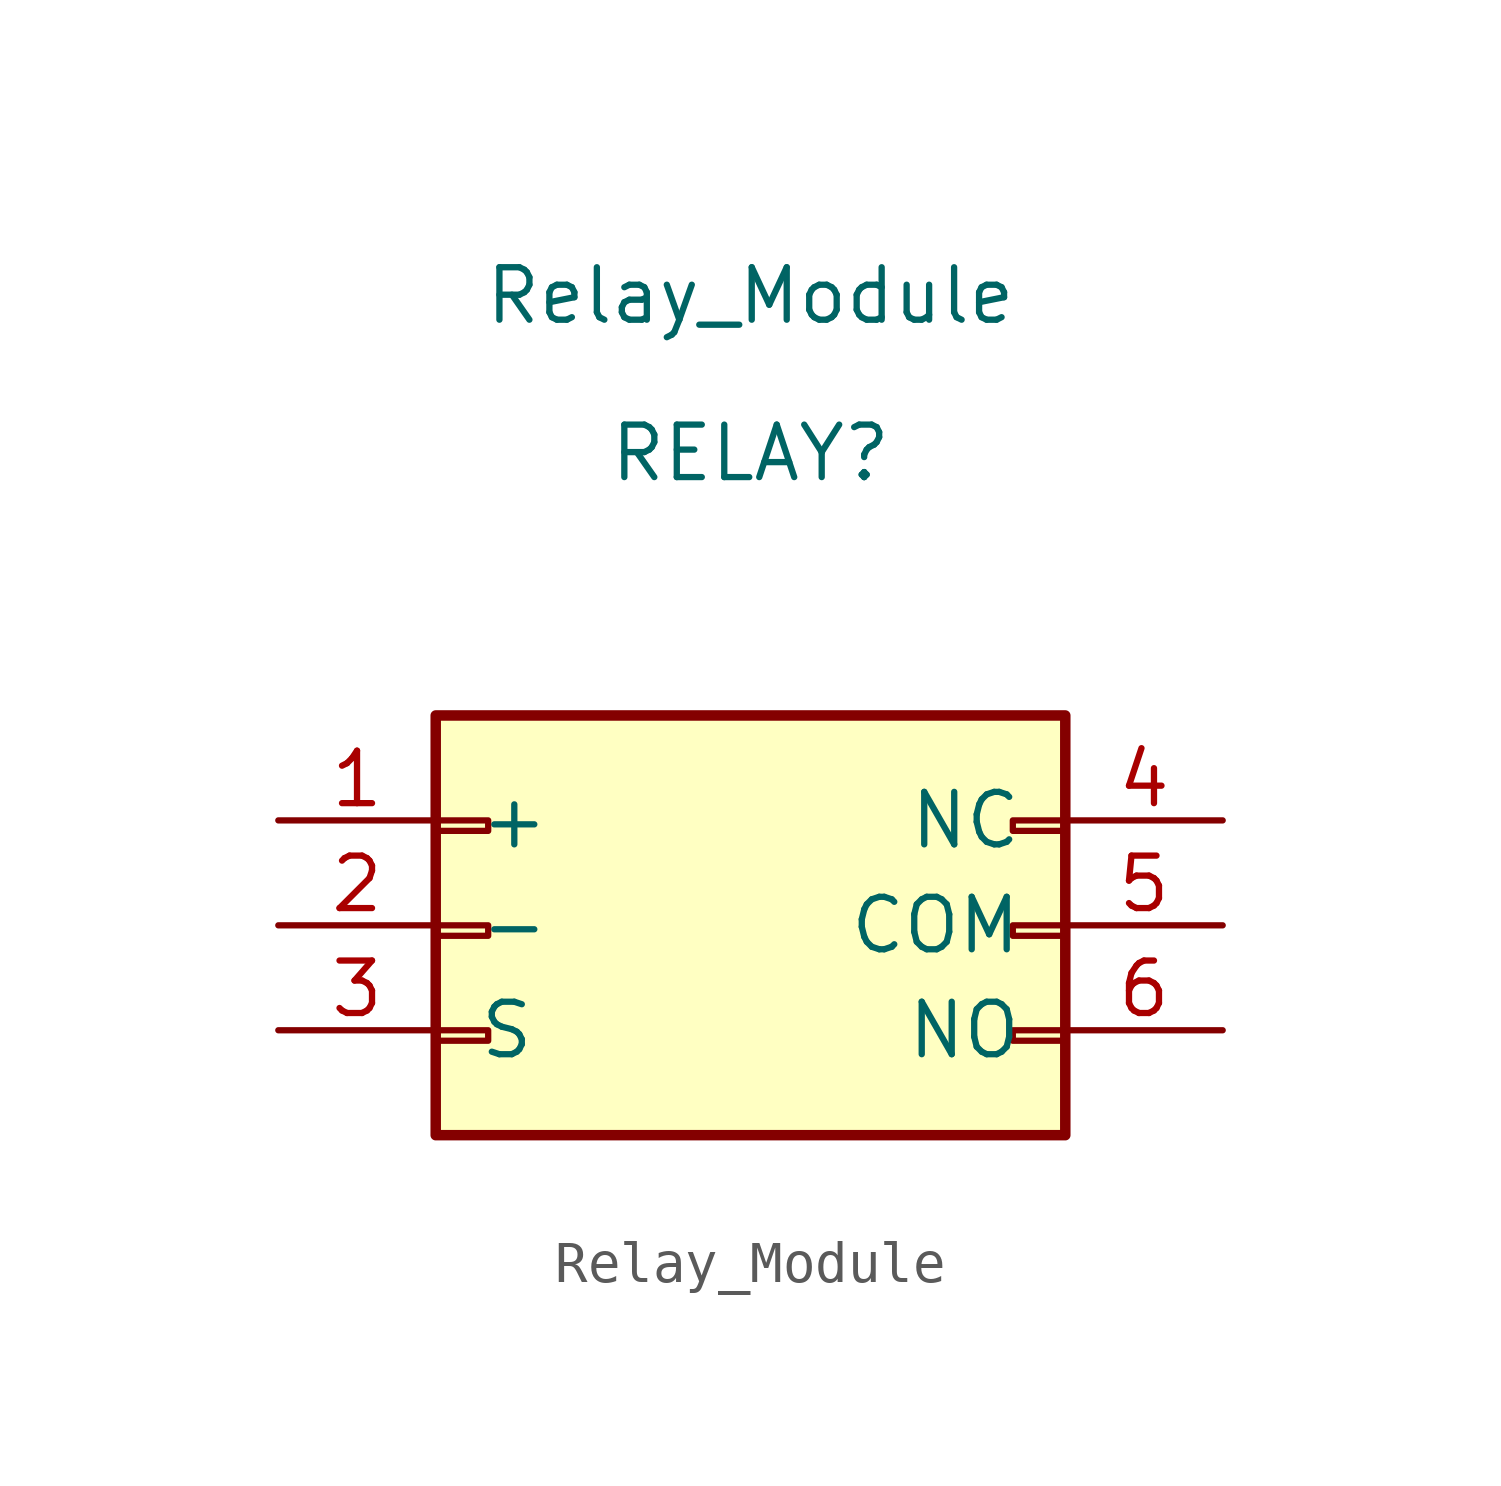
<source format=kicad_sym>
(kicad_symbol_lib
  (version 20220914)
  (generator kicad_symbol_editor)
  (symbol "Relay_Module"
    (pin_names
      (offset 1.016))
    (property "Reference" "RELAY"
      (at 0 11.43 0)
      (effects (font (size 1.27 1.27))))
    (property "Value" "Relay_Module"
      (at 0 15.24 0)
      (effects (font (size 1.27 1.27))))
    (symbol "Relay_Module_1_1"
      (rectangle (start -7.62 -2.54) (end -6.35 -2.794) (stroke (width 0.152) (type solid)) (fill (type none)))
      (rectangle (start -7.62 0) (end -6.35 -0.254) (stroke (width 0.152) (type solid)) (fill (type none)))
      (rectangle (start -7.62 2.54) (end -6.35 2.286) (stroke (width 0.152) (type solid)) (fill (type none)))
      (rectangle (start -7.62 5.08) (end 7.62 -5.08) (stroke (width 0.254) (type solid)) (fill (type background)))
      (rectangle (start 6.35 -2.54) (end 7.62 -2.794) (stroke (width 0.152) (type solid)) (fill (type none)))
      (rectangle (start 6.35 0) (end 7.62 -0.254) (stroke (width 0.152) (type solid)) (fill (type none)))
      (rectangle (start 6.35 2.54) (end 7.62 2.286) (stroke (width 0.152) (type solid)) (fill (type none)))
      (pin power_in line (at -11.43 2.54 0) (length 3.81) (name "+" (effects (font (size 1.27 1.27)))) (number "1" (effects (font (size 1.27 1.27)))))
      (pin power_in line (at -11.43 0 0) (length 3.81) (name "-" (effects (font (size 1.27 1.27)))) (number "2" (effects (font (size 1.27 1.27)))))
      (pin input line (at -11.43 -2.54 0) (length 3.81) (name "S" (effects (font (size 1.27 1.27)))) (number "3" (effects (font (size 1.27 1.27)))))
      (pin output line (at 11.43 2.54 180) (length 3.81) (name "NC" (effects (font (size 1.27 1.27)))) (number "4" (effects (font (size 1.27 1.27)))))
      (pin output line (at 11.43 0 180) (length 3.81) (name "COM" (effects (font (size 1.27 1.27)))) (number "5" (effects (font (size 1.27 1.27)))))
      (pin input line (at 11.43 -2.54 180) (length 3.81) (name "NO" (effects (font (size 1.27 1.27)))) (number "6" (effects (font (size 1.27 1.27))))))))
</source>
